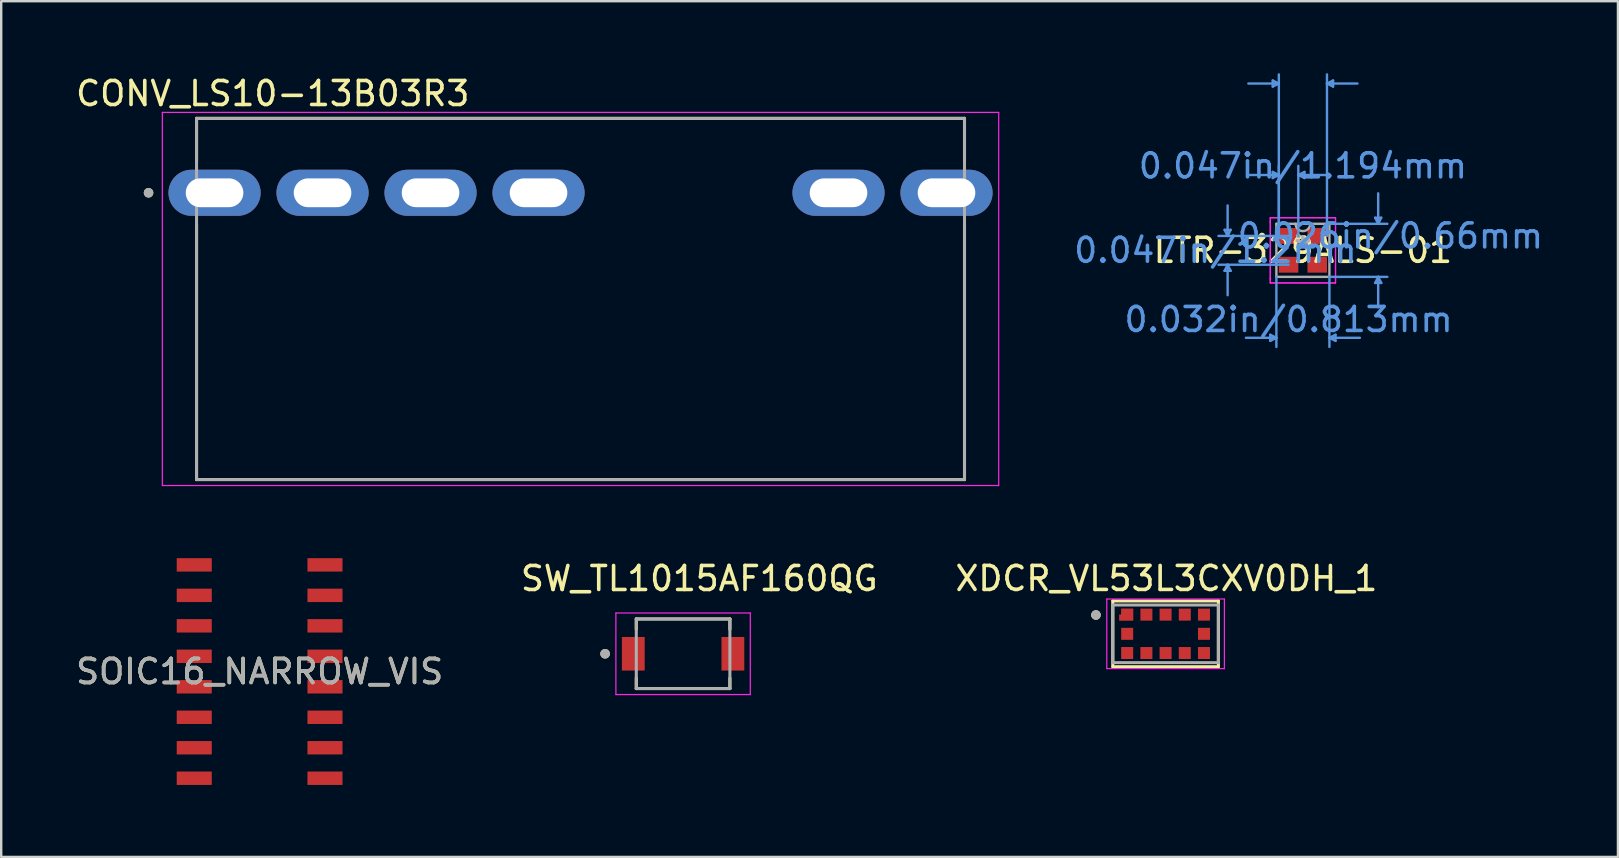
<source format=kicad_pcb>
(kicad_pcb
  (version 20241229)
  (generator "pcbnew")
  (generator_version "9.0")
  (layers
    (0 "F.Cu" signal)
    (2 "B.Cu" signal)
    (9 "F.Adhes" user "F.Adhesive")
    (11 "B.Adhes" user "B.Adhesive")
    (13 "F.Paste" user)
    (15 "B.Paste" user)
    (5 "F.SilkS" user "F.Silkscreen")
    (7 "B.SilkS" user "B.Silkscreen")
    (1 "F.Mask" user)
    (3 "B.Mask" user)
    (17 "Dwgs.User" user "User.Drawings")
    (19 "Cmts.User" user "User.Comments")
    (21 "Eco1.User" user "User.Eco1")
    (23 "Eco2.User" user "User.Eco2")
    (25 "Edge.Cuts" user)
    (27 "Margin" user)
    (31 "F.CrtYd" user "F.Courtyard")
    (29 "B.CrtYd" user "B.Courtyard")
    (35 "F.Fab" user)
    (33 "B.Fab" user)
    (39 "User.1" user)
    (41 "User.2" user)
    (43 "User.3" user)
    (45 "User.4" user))
  (footprint "XDCR_VL53L3CXV0DH_1"
    (layer "F.Cu")
    (at 45.519 23.361)
    (property "Reference" "XDCR_VL53L3CXV0DH_1" (at 0.035 -2.305 0) (layer "F.SilkS") (effects (font (size 1 1) (thickness 0.15))))
    (attr smd)
    (fp_poly (pts (xy -1.25 -0.45) (xy -1.25 -1.15) (xy -1.95 -1.15) (xy -1.95 -0.9) (xy -2.03 -0.9) (xy -2.03 -0.45)) (stroke (width 0.01) (type solid)) (fill yes) (layer "F.Mask"))
    (fp_line (start -2.2 -1.37) (end -2.2 1.37) (stroke (width 0.127) (type solid)) (layer "F.SilkS"))
    (fp_line (start -2.2 -1.37) (end 2.2 -1.37) (stroke (width 0.127) (type solid)) (layer "F.SilkS"))
    (fp_line (start 2.2 1.37) (end -2.2 1.37) (stroke (width 0.127) (type solid)) (layer "F.SilkS"))
    (fp_line (start 2.2 1.37) (end 2.2 -1.37) (stroke (width 0.127) (type solid)) (layer "F.SilkS"))
    (fp_circle (center -2.902 -0.785) (end -2.802 -0.785) (stroke (width 0.2) (type solid)) (fill no) (layer "F.SilkS"))
    (fp_poly (pts (xy -1.35 -0.55) (xy -1.35 -1.05) (xy -1.85 -1.05) (xy -1.85 -0.8) (xy -1.93 -0.8) (xy -1.93 -0.55)) (stroke (width 0.01) (type solid)) (fill yes) (layer "F.Paste"))
    (fp_line (start -2.45 -1.45) (end 2.45 -1.45) (stroke (width 0.05) (type solid)) (layer "F.CrtYd"))
    (fp_line (start -2.45 1.45) (end -2.45 -1.45) (stroke (width 0.05) (type solid)) (layer "F.CrtYd"))
    (fp_line (start 2.45 -1.45) (end 2.45 1.45) (stroke (width 0.05) (type solid)) (layer "F.CrtYd"))
    (fp_line (start 2.45 1.45) (end -2.45 1.45) (stroke (width 0.05) (type solid)) (layer "F.CrtYd"))
    (fp_line (start -2.2 -1.2) (end 2.2 -1.2) (stroke (width 0.127) (type solid)) (layer "F.Fab"))
    (fp_line (start -2.2 1.2) (end -2.2 -1.2) (stroke (width 0.127) (type solid)) (layer "F.Fab"))
    (fp_line (start 2.2 -1.2) (end 2.2 1.2) (stroke (width 0.127) (type solid)) (layer "F.Fab"))
    (fp_line (start 2.2 1.2) (end -2.2 1.2) (stroke (width 0.127) (type solid)) (layer "F.Fab"))
    (fp_circle (center -2.902 -0.785) (end -2.802 -0.785) (stroke (width 0.2) (type solid)) (fill no) (layer "F.Fab"))
    (pad "1" smd custom (at -1.6 -0.8) (size 0.1 0.1) (layers "F.Cu") (options (anchor rect)) (primitives (gr_poly (pts (xy 0.25 0.25) (xy 0.25 -0.25) (xy -0.25 -0.25) (xy -0.25 0) (xy -0.33 0) (xy -0.33 0.25)) (width 0.01) (fill yes))))
    (pad "2" smd rect (at -0.8 -0.8) (size 0.5 0.5) (layers "F.Cu" "F.Mask" "F.Paste"))
    (pad "3" smd rect (at 0 -0.8) (size 0.5 0.5) (layers "F.Cu" "F.Mask" "F.Paste"))
    (pad "4" smd rect (at 0.8 -0.8) (size 0.5 0.5) (layers "F.Cu" "F.Mask" "F.Paste"))
    (pad "5" smd rect (at 1.6 -0.8) (size 0.5 0.5) (layers "F.Cu" "F.Mask" "F.Paste"))
    (pad "6" smd rect (at 1.6 0) (size 0.5 0.5) (layers "F.Cu" "F.Mask" "F.Paste"))
    (pad "7" smd rect (at 1.6 0.8) (size 0.5 0.5) (layers "F.Cu" "F.Mask" "F.Paste"))
    (pad "8" smd rect (at 0.8 0.8) (size 0.5 0.5) (layers "F.Cu" "F.Mask" "F.Paste"))
    (pad "9" smd rect (at 0 0.8) (size 0.5 0.5) (layers "F.Cu" "F.Mask" "F.Paste"))
    (pad "10" smd rect (at -0.8 0.8) (size 0.5 0.5) (layers "F.Cu" "F.Mask" "F.Paste"))
    (pad "11" smd rect (at -1.6 0.8) (size 0.5 0.5) (layers "F.Cu" "F.Mask" "F.Paste"))
    (pad "12" smd rect (at -1.6 0) (size 0.5 0.5) (layers "F.Cu" "F.Mask" "F.Paste")))
  (footprint "CONV_LS10-13B03R3"
    (layer "F.Cu")
    (at 21.14 4.983)
    (property "Reference" "CONV_LS10-13B03R3" (at -12.825 -4.135 0) (layer "F.SilkS") (effects (font (size 1 1) (thickness 0.15))))
    (attr through_hole)
    (fp_line (start -16 -3.1) (end -16 -1.3) (stroke (width 0.127) (type solid)) (layer "F.SilkS"))
    (fp_line (start -16 -3.1) (end 16 -3.1) (stroke (width 0.127) (type solid)) (layer "F.SilkS"))
    (fp_line (start -16 11.95) (end -16 1.3) (stroke (width 0.127) (type solid)) (layer "F.SilkS"))
    (fp_line (start 16 -3.1) (end 16 -1.3) (stroke (width 0.127) (type solid)) (layer "F.SilkS"))
    (fp_line (start 16 11.95) (end -16 11.95) (stroke (width 0.127) (type solid)) (layer "F.SilkS"))
    (fp_line (start 16 11.95) (end 16 1.3) (stroke (width 0.127) (type solid)) (layer "F.SilkS"))
    (fp_circle (center -18 0) (end -17.9 0) (stroke (width 0.2) (type solid)) (fill no) (layer "F.SilkS"))
    (fp_line (start -17.425 -3.35) (end -17.425 12.2) (stroke (width 0.05) (type solid)) (layer "F.CrtYd"))
    (fp_line (start -17.425 12.2) (end 17.425 12.2) (stroke (width 0.05) (type solid)) (layer "F.CrtYd"))
    (fp_line (start 17.425 -3.35) (end -17.425 -3.35) (stroke (width 0.05) (type solid)) (layer "F.CrtYd"))
    (fp_line (start 17.425 12.2) (end 17.425 -3.35) (stroke (width 0.05) (type solid)) (layer "F.CrtYd"))
    (fp_line (start -16 -3.1) (end 16 -3.1) (stroke (width 0.127) (type solid)) (layer "F.Fab"))
    (fp_line (start -16 11.95) (end -16 -3.1) (stroke (width 0.127) (type solid)) (layer "F.Fab"))
    (fp_line (start 16 -3.1) (end 16 11.95) (stroke (width 0.127) (type solid)) (layer "F.Fab"))
    (fp_line (start 16 11.95) (end -16 11.95) (stroke (width 0.127) (type solid)) (layer "F.Fab"))
    (fp_circle (center -18 0) (end -17.9 0) (stroke (width 0.2) (type solid)) (fill no) (layer "F.Fab"))
    (pad "1" thru_hole oval (at -15.25 0) (size 3.84 1.92) (drill oval 2.4 1.2) (layers "*.Cu" "*.Mask"))
    (pad "2" thru_hole oval (at -10.75 0) (size 3.84 1.92) (drill oval 2.4 1.2) (layers "*.Cu" "*.Mask"))
    (pad "3" thru_hole oval (at -6.25 0) (size 3.84 1.92) (drill oval 2.4 1.2) (layers "*.Cu" "*.Mask"))
    (pad "4" thru_hole oval (at -1.75 0) (size 3.84 1.92) (drill oval 2.4 1.2) (layers "*.Cu" "*.Mask"))
    (pad "5" thru_hole oval (at 10.75 0) (size 3.84 1.92) (drill oval 2.4 1.2) (layers "*.Cu" "*.Mask"))
    (pad "6" thru_hole oval (at 15.25 0) (size 3.84 1.92) (drill oval 2.4 1.2) (layers "*.Cu" "*.Mask")))
  (footprint "SOIC16_NARROW_VIS"
    (layer "F.Cu")
    (at 7.768 24.933)
    (property "Reference" "SOIC16_NARROW_VIS" (at 0 0 0) (unlocked yes) (layer "F.SilkS") (effects (font (size 1 1) (thickness 0.15))))
    (attr smd)
    (fp_text user "${REFERENCE}" (at 0 0 0) (unlocked yes) (layer "F.Fab") (effects (font (size 1 1) (thickness 0.15))))
    (pad "1" smd rect (at -2.724 -4.445) (size 1.46 0.559) (layers "F.Cu" "F.Mask" "F.Paste"))
    (pad "2" smd rect (at -2.724 -3.175) (size 1.46 0.559) (layers "F.Cu" "F.Mask" "F.Paste"))
    (pad "3" smd rect (at -2.724 -1.905) (size 1.46 0.559) (layers "F.Cu" "F.Mask" "F.Paste"))
    (pad "4" smd rect (at -2.724 -0.635) (size 1.46 0.559) (layers "F.Cu" "F.Mask" "F.Paste"))
    (pad "5" smd rect (at -2.724 0.635) (size 1.46 0.559) (layers "F.Cu" "F.Mask" "F.Paste"))
    (pad "6" smd rect (at -2.724 1.905) (size 1.46 0.559) (layers "F.Cu" "F.Mask" "F.Paste"))
    (pad "7" smd rect (at -2.724 3.175) (size 1.46 0.559) (layers "F.Cu" "F.Mask" "F.Paste"))
    (pad "8" smd rect (at -2.724 4.445) (size 1.46 0.559) (layers "F.Cu" "F.Mask" "F.Paste"))
    (pad "9" smd rect (at 2.724 4.445) (size 1.46 0.559) (layers "F.Cu" "F.Mask" "F.Paste"))
    (pad "10" smd rect (at 2.724 3.175) (size 1.46 0.559) (layers "F.Cu" "F.Mask" "F.Paste"))
    (pad "11" smd rect (at 2.724 1.905) (size 1.46 0.559) (layers "F.Cu" "F.Mask" "F.Paste"))
    (pad "12" smd rect (at 2.724 0.635) (size 1.46 0.559) (layers "F.Cu" "F.Mask" "F.Paste"))
    (pad "13" smd rect (at 2.724 -0.635) (size 1.46 0.559) (layers "F.Cu" "F.Mask" "F.Paste"))
    (pad "14" smd rect (at 2.724 -1.905) (size 1.46 0.559) (layers "F.Cu" "F.Mask" "F.Paste"))
    (pad "15" smd rect (at 2.724 -3.175) (size 1.46 0.559) (layers "F.Cu" "F.Mask" "F.Paste"))
    (pad "16" smd rect (at 2.724 -4.445) (size 1.46 0.559) (layers "F.Cu" "F.Mask" "F.Paste")))
  (footprint "LTR-329ALS-01"
    (layer "F.Cu")
    (at 51.241 7.381)
    (property "Reference" "LTR-329ALS-01" (at 0 0 0) (layer "F.SilkS") (effects (font (size 1 1) (thickness 0.15))))
    (attr through_hole)
    (fp_circle (center -1.705 -0.6) (end -1.629 -0.6) (stroke (width 0.12) (type solid)) (fill no) (layer "F.SilkS"))
    (fp_line (start -3.264 -0.854) (end -3.01 -0.854) (stroke (width 0.1) (type solid)) (layer "Cmts.User"))
    (fp_line (start -3.264 0.854) (end -3.01 0.854) (stroke (width 0.1) (type solid)) (layer "Cmts.User"))
    (fp_line (start -3.137 -0.6) (end -3.264 -0.854) (stroke (width 0.1) (type solid)) (layer "Cmts.User"))
    (fp_line (start -3.137 -0.6) (end -3.137 -1.87) (stroke (width 0.1) (type solid)) (layer "Cmts.User"))
    (fp_line (start -3.137 -0.6) (end -3.01 -0.854) (stroke (width 0.1) (type solid)) (layer "Cmts.User"))
    (fp_line (start -3.137 0.6) (end -3.264 0.854) (stroke (width 0.1) (type solid)) (layer "Cmts.User"))
    (fp_line (start -3.137 0.6) (end -3.137 1.87) (stroke (width 0.1) (type solid)) (layer "Cmts.User"))
    (fp_line (start -3.137 0.6) (end -3.01 0.854) (stroke (width 0.1) (type solid)) (layer "Cmts.User"))
    (fp_line (start -1.359 3.518) (end -1.359 3.772) (stroke (width 0.1) (type solid)) (layer "Cmts.User"))
    (fp_line (start -1.257 -7.077) (end -1.257 -6.823) (stroke (width 0.1) (type solid)) (layer "Cmts.User"))
    (fp_line (start -1.257 -3.267) (end -1.257 -3.013) (stroke (width 0.1) (type solid)) (layer "Cmts.User"))
    (fp_line (start -1.105 1.105) (end -1.105 4.026) (stroke (width 0.1) (type solid)) (layer "Cmts.User"))
    (fp_line (start -1.105 3.645) (end -2.375 3.645) (stroke (width 0.1) (type solid)) (layer "Cmts.User"))
    (fp_line (start -1.105 3.645) (end -1.359 3.518) (stroke (width 0.1) (type solid)) (layer "Cmts.User"))
    (fp_line (start -1.105 3.645) (end -1.359 3.772) (stroke (width 0.1) (type solid)) (layer "Cmts.User"))
    (fp_line (start -1.003 -6.95) (end -2.273 -6.95) (stroke (width 0.1) (type solid)) (layer "Cmts.User"))
    (fp_line (start -1.003 -6.95) (end -1.257 -7.077) (stroke (width 0.1) (type solid)) (layer "Cmts.User"))
    (fp_line (start -1.003 -6.95) (end -1.257 -6.823) (stroke (width 0.1) (type solid)) (layer "Cmts.User"))
    (fp_line (start -1.003 -3.14) (end -2.273 -3.14) (stroke (width 0.1) (type solid)) (layer "Cmts.User"))
    (fp_line (start -1.003 -3.14) (end -1.257 -3.267) (stroke (width 0.1) (type solid)) (layer "Cmts.User"))
    (fp_line (start -1.003 -3.14) (end -1.257 -3.013) (stroke (width 0.1) (type solid)) (layer "Cmts.User"))
    (fp_line (start -1.003 -0.6) (end -1.003 -7.331) (stroke (width 0.1) (type solid)) (layer "Cmts.User"))
    (fp_line (start -1.003 -0.6) (end -1.003 -3.521) (stroke (width 0.1) (type solid)) (layer "Cmts.User"))
    (fp_line (start -0.597 -0.6) (end -3.518 -0.6) (stroke (width 0.1) (type solid)) (layer "Cmts.User"))
    (fp_line (start -0.597 0.6) (end -3.518 0.6) (stroke (width 0.1) (type solid)) (layer "Cmts.User"))
    (fp_line (start -0.191 -3.14) (end 0.064 -3.267) (stroke (width 0.1) (type solid)) (layer "Cmts.User"))
    (fp_line (start -0.191 -3.14) (end 0.064 -3.013) (stroke (width 0.1) (type solid)) (layer "Cmts.User"))
    (fp_line (start -0.191 -3.14) (end 1.079 -3.14) (stroke (width 0.1) (type solid)) (layer "Cmts.User"))
    (fp_line (start -0.191 -0.6) (end -0.191 -3.521) (stroke (width 0.1) (type solid)) (layer "Cmts.User"))
    (fp_line (start 0.064 -3.267) (end 0.064 -3.013) (stroke (width 0.1) (type solid)) (layer "Cmts.User"))
    (fp_line (start 1.003 -6.95) (end 1.257 -7.077) (stroke (width 0.1) (type solid)) (layer "Cmts.User"))
    (fp_line (start 1.003 -6.95) (end 1.257 -6.823) (stroke (width 0.1) (type solid)) (layer "Cmts.User"))
    (fp_line (start 1.003 -6.95) (end 2.273 -6.95) (stroke (width 0.1) (type solid)) (layer "Cmts.User"))
    (fp_line (start 1.003 -0.6) (end 1.003 -7.331) (stroke (width 0.1) (type solid)) (layer "Cmts.User"))
    (fp_line (start 1.105 -1.105) (end 3.518 -1.105) (stroke (width 0.1) (type solid)) (layer "Cmts.User"))
    (fp_line (start 1.105 1.105) (end 1.105 4.026) (stroke (width 0.1) (type solid)) (layer "Cmts.User"))
    (fp_line (start 1.105 1.105) (end 3.518 1.105) (stroke (width 0.1) (type solid)) (layer "Cmts.User"))
    (fp_line (start 1.105 3.645) (end 1.359 3.518) (stroke (width 0.1) (type solid)) (layer "Cmts.User"))
    (fp_line (start 1.105 3.645) (end 1.359 3.772) (stroke (width 0.1) (type solid)) (layer "Cmts.User"))
    (fp_line (start 1.105 3.645) (end 2.375 3.645) (stroke (width 0.1) (type solid)) (layer "Cmts.User"))
    (fp_line (start 1.257 -7.077) (end 1.257 -6.823) (stroke (width 0.1) (type solid)) (layer "Cmts.User"))
    (fp_line (start 1.359 3.518) (end 1.359 3.772) (stroke (width 0.1) (type solid)) (layer "Cmts.User"))
    (fp_line (start 3.01 -1.359) (end 3.264 -1.359) (stroke (width 0.1) (type solid)) (layer "Cmts.User"))
    (fp_line (start 3.01 1.359) (end 3.264 1.359) (stroke (width 0.1) (type solid)) (layer "Cmts.User"))
    (fp_line (start 3.137 -1.105) (end 3.01 -1.359) (stroke (width 0.1) (type solid)) (layer "Cmts.User"))
    (fp_line (start 3.137 -1.105) (end 3.137 -2.375) (stroke (width 0.1) (type solid)) (layer "Cmts.User"))
    (fp_line (start 3.137 -1.105) (end 3.264 -1.359) (stroke (width 0.1) (type solid)) (layer "Cmts.User"))
    (fp_line (start 3.137 1.105) (end 3.01 1.359) (stroke (width 0.1) (type solid)) (layer "Cmts.User"))
    (fp_line (start 3.137 1.105) (end 3.137 2.375) (stroke (width 0.1) (type solid)) (layer "Cmts.User"))
    (fp_line (start 3.137 1.105) (end 3.264 1.359) (stroke (width 0.1) (type solid)) (layer "Cmts.User"))
    (fp_line (start -1.359 -1.359) (end 1.359 -1.359) (stroke (width 0.05) (type solid)) (layer "F.CrtYd"))
    (fp_line (start -1.359 -1.359) (end 1.359 -1.359) (stroke (width 0.05) (type solid)) (layer "F.CrtYd"))
    (fp_line (start -1.359 -1.184) (end -1.359 -1.359) (stroke (width 0.05) (type solid)) (layer "F.CrtYd"))
    (fp_line (start -1.359 -1.184) (end -1.359 -1.359) (stroke (width 0.05) (type solid)) (layer "F.CrtYd"))
    (fp_line (start -1.359 -1.184) (end -1.359 -1.184) (stroke (width 0.05) (type solid)) (layer "F.CrtYd"))
    (fp_line (start -1.359 -1.184) (end -1.359 -1.184) (stroke (width 0.05) (type solid)) (layer "F.CrtYd"))
    (fp_line (start -1.359 1.184) (end -1.359 -1.184) (stroke (width 0.05) (type solid)) (layer "F.CrtYd"))
    (fp_line (start -1.359 1.184) (end -1.359 -1.184) (stroke (width 0.05) (type solid)) (layer "F.CrtYd"))
    (fp_line (start -1.359 1.184) (end -1.359 1.184) (stroke (width 0.05) (type solid)) (layer "F.CrtYd"))
    (fp_line (start -1.359 1.184) (end -1.359 1.184) (stroke (width 0.05) (type solid)) (layer "F.CrtYd"))
    (fp_line (start -1.359 1.359) (end -1.359 1.184) (stroke (width 0.05) (type solid)) (layer "F.CrtYd"))
    (fp_line (start -1.359 1.359) (end -1.359 1.184) (stroke (width 0.05) (type solid)) (layer "F.CrtYd"))
    (fp_line (start 1.359 -1.359) (end 1.359 -1.184) (stroke (width 0.05) (type solid)) (layer "F.CrtYd"))
    (fp_line (start 1.359 -1.359) (end 1.359 -1.184) (stroke (width 0.05) (type solid)) (layer "F.CrtYd"))
    (fp_line (start 1.359 -1.184) (end 1.359 -1.184) (stroke (width 0.05) (type solid)) (layer "F.CrtYd"))
    (fp_line (start 1.359 -1.184) (end 1.359 -1.184) (stroke (width 0.05) (type solid)) (layer "F.CrtYd"))
    (fp_line (start 1.359 -1.184) (end 1.359 1.184) (stroke (width 0.05) (type solid)) (layer "F.CrtYd"))
    (fp_line (start 1.359 -1.184) (end 1.359 1.184) (stroke (width 0.05) (type solid)) (layer "F.CrtYd"))
    (fp_line (start 1.359 1.184) (end 1.359 1.184) (stroke (width 0.05) (type solid)) (layer "F.CrtYd"))
    (fp_line (start 1.359 1.184) (end 1.359 1.184) (stroke (width 0.05) (type solid)) (layer "F.CrtYd"))
    (fp_line (start 1.359 1.184) (end 1.359 1.359) (stroke (width 0.05) (type solid)) (layer "F.CrtYd"))
    (fp_line (start 1.359 1.184) (end 1.359 1.359) (stroke (width 0.05) (type solid)) (layer "F.CrtYd"))
    (fp_line (start 1.359 1.359) (end -1.359 1.359) (stroke (width 0.05) (type solid)) (layer "F.CrtYd"))
    (fp_line (start 1.359 1.359) (end -1.359 1.359) (stroke (width 0.05) (type solid)) (layer "F.CrtYd"))
    (fp_line (start -1.105 -1.105) (end -1.105 1.105) (stroke (width 0.1) (type solid)) (layer "F.Fab"))
    (fp_line (start -1.105 1.105) (end 1.105 1.105) (stroke (width 0.1) (type solid)) (layer "F.Fab"))
    (fp_line (start 1.105 -1.105) (end -1.105 -1.105) (stroke (width 0.1) (type solid)) (layer "F.Fab"))
    (fp_line (start 1.105 1.105) (end 1.105 -1.105) (stroke (width 0.1) (type solid)) (layer "F.Fab"))
    (fp_arc (start 0.3048 -1.1049) (mid 0 -0.8001) (end -0.3048 -1.1049) (stroke (width 0.1) (type solid)) (layer "F.Fab"))
    (fp_circle (center -0.191 -0.6) (end -0.191 -0.6) (stroke (width 0.1) (type solid)) (fill no) (layer "F.Fab"))
    (fp_text user "*" (at 0 0 0) (layer "F.SilkS") (effects (font (size 1 1) (thickness 0.15))))
    (fp_text user "0.047in/1.2mm" (at -3.645 0 0) (layer "Cmts.User") (effects (font (size 1 1) (thickness 0.15))))
    (fp_text user "0.032in/0.813mm" (at -0.597 2.883 0) (layer "Cmts.User") (effects (font (size 1 1) (thickness 0.15))))
    (fp_text user "0.047in/1.194mm" (at 0 -3.518 0) (layer "Cmts.User") (effects (font (size 1 1) (thickness 0.15))))
    (fp_text user "Copyright 2021 Accelerated Designs. All rights reserved." (at 0 0 0) (layer "Cmts.User") (effects (font (size 0.127 0.127) (thickness 0.002))))
    (fp_text user "0.026in/0.66mm" (at 3.645 -0.6 0) (layer "Cmts.User") (effects (font (size 1 1) (thickness 0.15))))
    (fp_text user "*" (at 0 0 0) (layer "F.Fab") (effects (font (size 1 1) (thickness 0.15))))
    (pad "1" smd rect (at -0.597 -0.6) (size 0.813 0.66) (layers "F.Cu" "F.Mask" "F.Paste"))
    (pad "2" smd rect (at -0.597 0.6) (size 0.813 0.66) (layers "F.Cu" "F.Mask" "F.Paste"))
    (pad "3" smd rect (at 0.597 0.6) (size 0.813 0.66) (layers "F.Cu" "F.Mask" "F.Paste"))
    (pad "4" smd rect (at 0.597 -0.6) (size 0.813 0.66) (layers "F.Cu" "F.Mask" "F.Paste")))
  (footprint "SW_TL1015AF160QG"
    (layer "F.Cu")
    (at 25.414 24.192)
    (property "Reference" "SW_TL1015AF160QG" (at 0.675 -3.135 0) (layer "F.SilkS") (effects (font (size 1 1) (thickness 0.15))))
    (attr smd)
    (fp_line (start -1.95 -1.45) (end 1.95 -1.45) (stroke (width 0.127) (type solid)) (layer "F.SilkS"))
    (fp_line (start -1.95 -1.014) (end -1.95 -1.45) (stroke (width 0.127) (type solid)) (layer "F.SilkS"))
    (fp_line (start -1.95 1.45) (end -1.95 1.014) (stroke (width 0.127) (type solid)) (layer "F.SilkS"))
    (fp_line (start 1.95 -1.45) (end 1.95 -1.014) (stroke (width 0.127) (type solid)) (layer "F.SilkS"))
    (fp_line (start 1.95 1.014) (end 1.95 1.45) (stroke (width 0.127) (type solid)) (layer "F.SilkS"))
    (fp_line (start 1.95 1.45) (end -1.95 1.45) (stroke (width 0.127) (type solid)) (layer "F.SilkS"))
    (fp_circle (center -3.25 0) (end -3.15 0) (stroke (width 0.2) (type solid)) (fill no) (layer "F.SilkS"))
    (fp_line (start -2.8 -1.7) (end 2.8 -1.7) (stroke (width 0.05) (type solid)) (layer "F.CrtYd"))
    (fp_line (start -2.8 1.7) (end -2.8 -1.7) (stroke (width 0.05) (type solid)) (layer "F.CrtYd"))
    (fp_line (start 2.8 -1.7) (end 2.8 1.7) (stroke (width 0.05) (type solid)) (layer "F.CrtYd"))
    (fp_line (start 2.8 1.7) (end -2.8 1.7) (stroke (width 0.05) (type solid)) (layer "F.CrtYd"))
    (fp_line (start -1.95 -1.45) (end 1.95 -1.45) (stroke (width 0.127) (type solid)) (layer "F.Fab"))
    (fp_line (start -1.95 1.45) (end -1.95 -1.45) (stroke (width 0.127) (type solid)) (layer "F.Fab"))
    (fp_line (start 1.95 -1.45) (end 1.95 1.45) (stroke (width 0.127) (type solid)) (layer "F.Fab"))
    (fp_line (start 1.95 1.45) (end -1.95 1.45) (stroke (width 0.127) (type solid)) (layer "F.Fab"))
    (fp_circle (center -3.25 0) (end -3.15 0) (stroke (width 0.2) (type solid)) (fill no) (layer "F.Fab"))
    (pad "1" smd rect (at -2.075 0) (size 0.95 1.4) (layers "F.Cu" "F.Mask" "F.Paste"))
    (pad "2" smd rect (at 2.075 0) (size 0.95 1.4) (layers "F.Cu" "F.Mask" "F.Paste")))
  (gr_rect
    (start -3 -3)
    (end 64.368 32.657)
    (stroke (width 0.1) (type default))
    (fill no)
    (layer "Edge.Cuts")))
</source>
